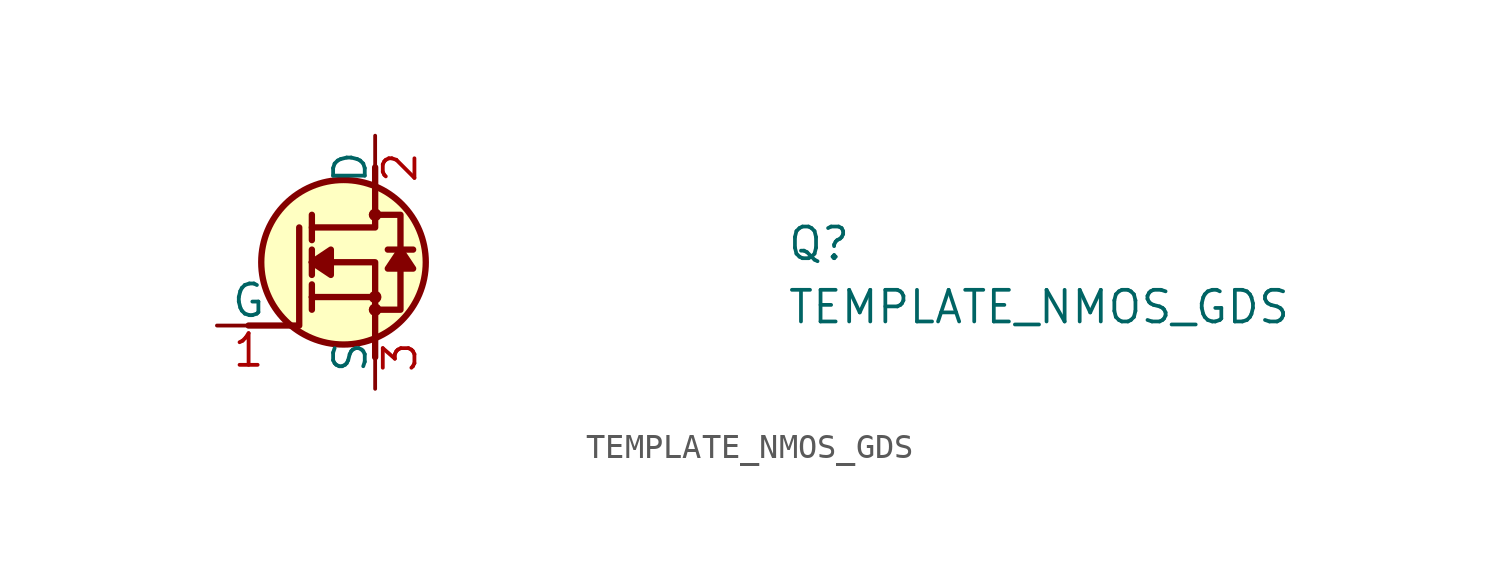
<source format=kicad_sym>
(kicad_symbol_lib
  (version 20220914)
  (generator kicad_symbol_editor)
  (symbol "TEMPLATE_NMOS_GDS"
    (pin_names
      (offset 0))
    (property "Reference" "Q"
      (at 22.86 2.54 0)
      (effects (font (size 1.27 1.27) (thickness 0.15)) (justify left bottom)))
    (property "Value" "TEMPLATE_NMOS_GDS"
      (at 22.86 0 0)
      (effects (font (size 1.27 1.27) (thickness 0.15)) (justify left bottom)))
    (symbol "TEMPLATE_NMOS_GDS_1_1"
      (polyline (pts (xy 3.81 1.143) (xy 3.81 0.635)) (stroke (width 0.254) (type default)) (fill (type background)))
      (polyline (pts (xy 3.81 1.143) (xy 3.81 1.651)) (stroke (width 0.254) (type default)) (fill (type background)))
      (polyline (pts (xy 3.81 2.54) (xy 3.81 2.032)) (stroke (width 0.254) (type default)) (fill (type background)))
      (polyline (pts (xy 3.81 2.54) (xy 3.81 3.048)) (stroke (width 0.254) (type default)) (fill (type background)))
      (polyline (pts (xy 3.81 4.445) (xy 3.81 3.429)) (stroke (width 0.254) (type default)) (fill (type background)))
      (polyline (pts (xy 6.35 1.143) (xy 3.81 1.143)) (stroke (width 0.254) (type default)) (fill (type background)))
      (polyline (pts (xy 7.874 3.048) (xy 6.858 3.048)) (stroke (width 0.254) (type default)) (fill (type background)))
      (polyline (pts (xy 1.27 0) (xy 3.302 0) (xy 3.302 3.937)) (stroke (width 0.254) (type default)) (fill (type none)))
      (polyline (pts (xy 6.35 -1.27) (xy 6.35 2.54) (xy 3.81 2.54)) (stroke (width 0.254) (type default)) (fill (type none)))
      (polyline (pts (xy 6.35 6.35) (xy 6.35 3.937) (xy 3.81 3.937)) (stroke (width 0.254) (type default)) (fill (type none)))
      (polyline (pts (xy 3.81 2.54) (xy 4.572 3.048) (xy 4.572 2.032) (xy 3.81 2.54)) (stroke (width 0.254) (type default)) (fill (type outline)))
      (polyline (pts (xy 7.366 3.048) (xy 6.858 2.286) (xy 7.874 2.286) (xy 7.366 3.048)) (stroke (width 0.254) (type default)) (fill (type outline)))
      (polyline (pts (xy 6.223 0.635) (xy 7.366 0.635) (xy 7.366 3.937) (xy 7.366 4.445) (xy 6.223 4.445)) (stroke (width 0.254) (type default)) (fill (type none)))
      (circle (center 5.08 2.54) (radius 3.302) (stroke (width 0.254) (type default)) (fill (type background)))
      (circle (center 6.35 0.635) (radius 0.127) (stroke (width 0.254) (type default)) (fill (type background)))
      (circle (center 6.35 1.143) (radius 0.127) (stroke (width 0.254) (type default)) (fill (type background)))
      (circle (center 6.35 4.445) (radius 0.127) (stroke (width 0.254) (type default)) (fill (type background)))
      (pin bidirectional line (at 0 0 0) (length 2.54) (name "G" (effects (font (size 1.27 1.27)))) (number "1" (effects (font (size 1.27 1.27)))))
      (pin bidirectional line (at 6.35 7.62 270) (length 2.54) (name "D" (effects (font (size 1.27 1.27)))) (number "2" (effects (font (size 1.27 1.27)))))
      (pin bidirectional line (at 6.35 -2.54 90) (length 2.54) (name "S" (effects (font (size 1.27 1.27)))) (number "3" (effects (font (size 1.27 1.27))))))))
</source>
